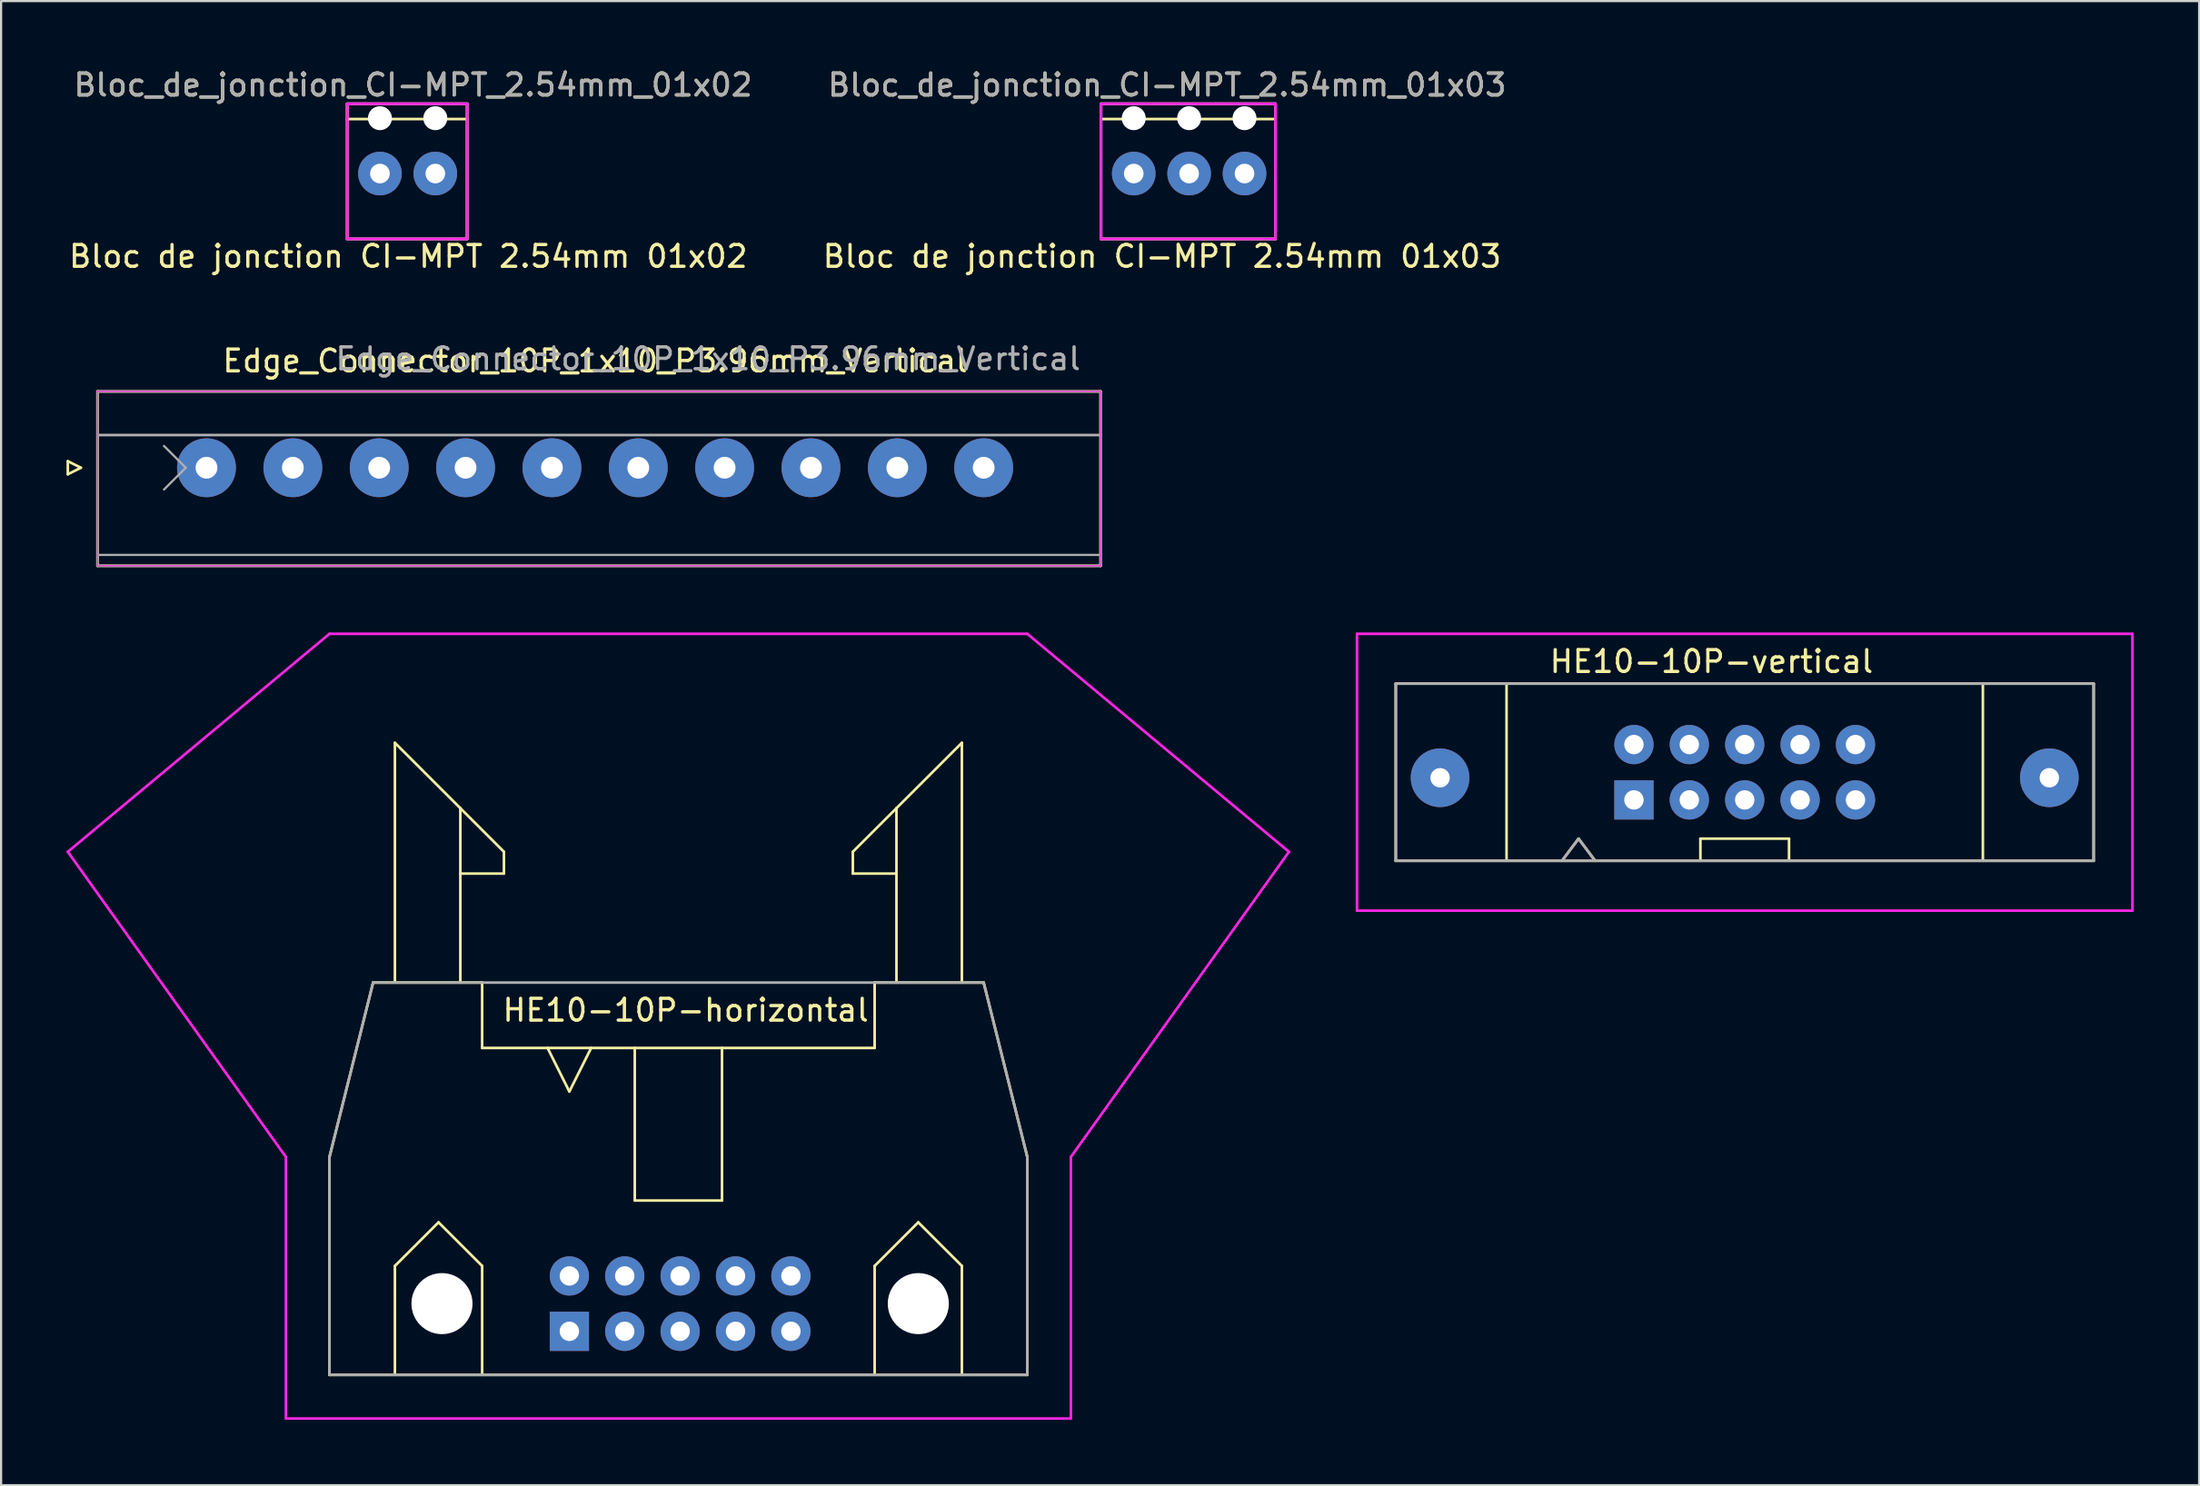
<source format=kicad_pcb>
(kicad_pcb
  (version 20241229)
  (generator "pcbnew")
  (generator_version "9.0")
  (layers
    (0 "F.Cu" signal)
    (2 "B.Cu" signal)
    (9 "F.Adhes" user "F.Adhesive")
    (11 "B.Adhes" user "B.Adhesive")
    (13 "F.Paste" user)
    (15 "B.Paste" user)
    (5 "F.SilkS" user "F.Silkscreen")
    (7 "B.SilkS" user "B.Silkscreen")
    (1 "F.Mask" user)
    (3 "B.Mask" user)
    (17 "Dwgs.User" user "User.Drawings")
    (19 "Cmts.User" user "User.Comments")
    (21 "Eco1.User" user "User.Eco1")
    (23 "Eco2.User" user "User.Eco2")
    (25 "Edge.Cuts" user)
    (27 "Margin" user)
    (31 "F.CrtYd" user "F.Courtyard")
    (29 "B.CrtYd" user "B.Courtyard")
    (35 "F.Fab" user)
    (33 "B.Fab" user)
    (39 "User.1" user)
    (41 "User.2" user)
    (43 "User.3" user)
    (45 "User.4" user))
  (footprint "Bloc_de_jonction_CI-MPT_2.54mm_01x03"
    (layer "F.Cu")
    (at 48.942 4.912)
    (property "Reference" "Bloc_de_jonction_CI-MPT_2.54mm_01x03" (at 1.524 -4.064 0) (layer "F.SilkS") (effects (font (size 1 1) (thickness 0.15))))
    (property "Value" "Bloc de jonction CI-MPT 2.54mm 01x03" (at 1.3 3.8 0) (layer "F.Fab") (hide yes) (effects (font (size 1 1) (thickness 0.15))))
    (attr through_hole)
    (fp_line (start -1.5 -3.2) (end -1.5 3) (stroke (width 0.12) (type solid)) (layer "F.SilkS"))
    (fp_line (start -1.5 -3.2) (end 6.5 -3.2) (stroke (width 0.12) (type solid)) (layer "F.SilkS"))
    (fp_line (start -1.5 -2.5) (end 6.5 -2.5) (stroke (width 0.12) (type solid)) (layer "F.SilkS"))
    (fp_line (start -1.5 3) (end 6.5 3) (stroke (width 0.12) (type solid)) (layer "F.SilkS"))
    (fp_line (start 6.5 3) (end 6.5 -3.2) (stroke (width 0.12) (type solid)) (layer "F.SilkS"))
    (fp_line (start -1.5 -3.2) (end 6.5 -3.2) (stroke (width 0.12) (type solid)) (layer "F.CrtYd"))
    (fp_line (start -1.5 3) (end -1.5 -3.2) (stroke (width 0.12) (type solid)) (layer "F.CrtYd"))
    (fp_line (start 6.5 -3.2) (end 6.5 3) (stroke (width 0.12) (type solid)) (layer "F.CrtYd"))
    (fp_line (start 6.5 3) (end -1.5 3) (stroke (width 0.12) (type solid)) (layer "F.CrtYd"))
    (fp_line (start -1.5 -3.2) (end 6.5 -3.2) (stroke (width 0.12) (type solid)) (layer "F.Fab"))
    (fp_line (start -1.5 3) (end -1.5 -3.2) (stroke (width 0.12) (type solid)) (layer "F.Fab"))
    (fp_line (start 6.5 -3.2) (end 6.5 3) (stroke (width 0.12) (type solid)) (layer "F.Fab"))
    (fp_line (start 6.5 3) (end -1.5 3) (stroke (width 0.12) (type solid)) (layer "F.Fab"))
    (fp_text user "${VALUE}" (at 1.3 3.8 0) (layer "F.SilkS") (effects (font (size 1 1) (thickness 0.15))))
    (fp_text user "${REFERENCE}" (at 1.524 -4.064 0) (layer "F.Fab") (effects (font (size 1 1) (thickness 0.15))))
    (pad "" np_thru_hole circle (at 0 -2.54) (size 1.1 1.1) (drill 1.1) (layers "*.Cu" "*.Mask"))
    (pad "" np_thru_hole circle (at 2.54 -2.54) (size 1.1 1.1) (drill 1.1) (layers "*.Cu" "*.Mask"))
    (pad "" np_thru_hole circle (at 5.08 -2.54) (size 1.1 1.1) (drill 1.1) (layers "*.Cu" "*.Mask"))
    (pad "1" thru_hole circle (at 0 0) (size 2 2) (drill 0.9) (layers "*.Cu" "*.Mask"))
    (pad "2" thru_hole circle (at 2.54 0) (size 2 2) (drill 0.9) (layers "*.Cu" "*.Mask"))
    (pad "3" thru_hole circle (at 5.08 0) (size 2 2) (drill 0.9) (layers "*.Cu" "*.Mask")))
  (footprint "Bloc_de_jonction_CI-MPT_2.54mm_01x02"
    (layer "F.Cu")
    (at 14.373 4.912)
    (property "Reference" "Bloc_de_jonction_CI-MPT_2.54mm_01x02" (at 1.524 -4.064 0) (layer "F.SilkS") (effects (font (size 1 1) (thickness 0.15))))
    (property "Value" "Bloc de jonction CI-MPT 2.54mm 01x02" (at 1.3 3.8 0) (layer "F.Fab") (hide yes) (effects (font (size 1 1) (thickness 0.15))))
    (attr through_hole)
    (fp_line (start -1.5 -3.2) (end -1.5 3) (stroke (width 0.12) (type solid)) (layer "F.SilkS"))
    (fp_line (start -1.5 -3.2) (end 4 -3.2) (stroke (width 0.12) (type solid)) (layer "F.SilkS"))
    (fp_line (start -1.5 -2.5) (end 4 -2.5) (stroke (width 0.12) (type solid)) (layer "F.SilkS"))
    (fp_line (start -1.5 3) (end 4 3) (stroke (width 0.12) (type solid)) (layer "F.SilkS"))
    (fp_line (start 4 3) (end 4 -3.2) (stroke (width 0.12) (type solid)) (layer "F.SilkS"))
    (fp_line (start -1.5 -3.2) (end 4 -3.2) (stroke (width 0.12) (type solid)) (layer "F.CrtYd"))
    (fp_line (start -1.5 3) (end -1.5 -3.2) (stroke (width 0.12) (type solid)) (layer "F.CrtYd"))
    (fp_line (start 4 -3.2) (end 4 3) (stroke (width 0.12) (type solid)) (layer "F.CrtYd"))
    (fp_line (start 4 3) (end -1.5 3) (stroke (width 0.12) (type solid)) (layer "F.CrtYd"))
    (fp_line (start -1.5 -3.2) (end 4 -3.2) (stroke (width 0.12) (type solid)) (layer "F.Fab"))
    (fp_line (start -1.5 3) (end -1.5 -3.2) (stroke (width 0.12) (type solid)) (layer "F.Fab"))
    (fp_line (start 4 -3.2) (end 4 3) (stroke (width 0.12) (type solid)) (layer "F.Fab"))
    (fp_line (start 4 3) (end -1.5 3) (stroke (width 0.12) (type solid)) (layer "F.Fab"))
    (fp_text user "${VALUE}" (at 1.3 3.8 0) (layer "F.SilkS") (effects (font (size 1 1) (thickness 0.15))))
    (fp_text user "${REFERENCE}" (at 1.524 -4.064 0) (layer "F.Fab") (effects (font (size 1 1) (thickness 0.15))))
    (pad "" np_thru_hole circle (at 0 -2.54) (size 1.1 1.1) (drill 1.1) (layers "*.Cu" "*.Mask"))
    (pad "" np_thru_hole circle (at 2.54 -2.54) (size 1.1 1.1) (drill 1.1) (layers "*.Cu" "*.Mask"))
    (pad "1" thru_hole circle (at 0 0) (size 2 2) (drill 0.9) (layers "*.Cu" "*.Mask"))
    (pad "2" thru_hole circle (at 2.54 0) (size 2 2) (drill 0.9) (layers "*.Cu" "*.Mask")))
  (footprint "HE10-10P-vertical"
    (layer "F.Cu")
    (at 71.88 33.649)
    (property "Reference" "HE10-10P-vertical" (at 3.556 -6.35 0) (layer "F.SilkS") (effects (font (size 1 1) (thickness 0.15))))
    (attr through_hole)
    (fp_line (start -10.922 -5.334) (end 21.082 -5.334) (stroke (width 0.12) (type solid)) (layer "F.SilkS"))
    (fp_line (start -10.922 2.794) (end -10.922 -5.334) (stroke (width 0.12) (type solid)) (layer "F.SilkS"))
    (fp_line (start -5.842 2.794) (end -5.842 -5.334) (stroke (width 0.12) (type solid)) (layer "F.SilkS"))
    (fp_line (start -3.302 2.794) (end -2.54 1.778) (stroke (width 0.12) (type solid)) (layer "F.SilkS"))
    (fp_line (start -2.54 1.778) (end -1.778 2.794) (stroke (width 0.12) (type solid)) (layer "F.SilkS"))
    (fp_line (start 3.048 1.778) (end 3.048 2.794) (stroke (width 0.12) (type solid)) (layer "F.SilkS"))
    (fp_line (start 3.048 1.778) (end 7.112 1.778) (stroke (width 0.12) (type solid)) (layer "F.SilkS"))
    (fp_line (start 7.112 1.778) (end 7.112 2.794) (stroke (width 0.12) (type solid)) (layer "F.SilkS"))
    (fp_line (start 16.002 -5.334) (end 16.002 2.794) (stroke (width 0.12) (type solid)) (layer "F.SilkS"))
    (fp_line (start 21.082 -5.334) (end 21.082 2.794) (stroke (width 0.12) (type solid)) (layer "F.SilkS"))
    (fp_line (start 21.082 2.794) (end -10.922 2.794) (stroke (width 0.12) (type solid)) (layer "F.SilkS"))
    (fp_line (start -12.7 -7.62) (end -12.7 5.08) (stroke (width 0.12) (type solid)) (layer "F.CrtYd"))
    (fp_line (start -12.7 5.08) (end 22.86 5.08) (stroke (width 0.12) (type solid)) (layer "F.CrtYd"))
    (fp_line (start 22.86 -7.62) (end -12.7 -7.62) (stroke (width 0.12) (type solid)) (layer "F.CrtYd"))
    (fp_line (start 22.86 5.08) (end 22.86 -7.62) (stroke (width 0.12) (type solid)) (layer "F.CrtYd"))
    (fp_line (start -10.922 -5.334) (end 21.082 -5.334) (stroke (width 0.12) (type solid)) (layer "F.Fab"))
    (fp_line (start -10.922 2.794) (end -10.922 -5.334) (stroke (width 0.12) (type solid)) (layer "F.Fab"))
    (fp_line (start -10.922 2.794) (end 21.082 2.794) (stroke (width 0.12) (type solid)) (layer "F.Fab"))
    (fp_line (start -3.302 2.794) (end -2.54 1.778) (stroke (width 0.12) (type solid)) (layer "F.Fab"))
    (fp_line (start -2.54 1.778) (end -1.778 2.794) (stroke (width 0.12) (type solid)) (layer "F.Fab"))
    (fp_line (start 21.082 2.794) (end 21.082 -5.334) (stroke (width 0.12) (type solid)) (layer "F.Fab"))
    (pad "" np_thru_hole circle (at -8.89 -1.016) (size 2.69 2.69) (drill 0.89) (layers "*.Cu" "*.Mask"))
    (pad "" np_thru_hole circle (at 19.05 -1.016) (size 2.69 2.69) (drill 0.89) (layers "*.Cu" "*.Mask"))
    (pad "1" thru_hole rect (at 0 0) (size 1.8 1.8) (drill 0.89) (layers "*.Cu" "*.Mask"))
    (pad "2" thru_hole circle (at 0 -2.54) (size 1.8 1.8) (drill 0.89) (layers "*.Cu" "*.Mask"))
    (pad "3" thru_hole circle (at 2.54 0) (size 1.8 1.8) (drill 0.89) (layers "*.Cu" "*.Mask"))
    (pad "4" thru_hole circle (at 2.54 -2.54) (size 1.8 1.8) (drill 0.89) (layers "*.Cu" "*.Mask"))
    (pad "5" thru_hole circle (at 5.08 0) (size 1.8 1.8) (drill 0.89) (layers "*.Cu" "*.Mask"))
    (pad "6" thru_hole circle (at 5.08 -2.54) (size 1.8 1.8) (drill 0.89) (layers "*.Cu" "*.Mask"))
    (pad "7" thru_hole circle (at 7.62 0) (size 1.8 1.8) (drill 0.89) (layers "*.Cu" "*.Mask"))
    (pad "8" thru_hole circle (at 7.62 -2.54) (size 1.8 1.8) (drill 0.89) (layers "*.Cu" "*.Mask"))
    (pad "9" thru_hole circle (at 10.16 0) (size 1.8 1.8) (drill 0.89) (layers "*.Cu" "*.Mask"))
    (pad "10" thru_hole circle (at 10.16 -2.54) (size 1.8 1.8) (drill 0.89) (layers "*.Cu" "*.Mask")))
  (footprint "HE10-10P-horizontal"
    (layer "F.Cu")
    (at 23.06 58.029)
    (property "Reference" "HE10-10P-horizontal" (at 5.334 -14.732 0) (layer "F.SilkS") (effects (font (size 1 1) (thickness 0.15))))
    (attr through_hole)
    (fp_line (start -11 -8) (end -11 2) (stroke (width 0.12) (type solid)) (layer "F.SilkS"))
    (fp_line (start -11 2) (end 21 2) (stroke (width 0.12) (type solid)) (layer "F.SilkS"))
    (fp_line (start -9 -16) (end -11 -8) (stroke (width 0.12) (type solid)) (layer "F.SilkS"))
    (fp_line (start -8 -27) (end -5 -24) (stroke (width 0.12) (type solid)) (layer "F.SilkS"))
    (fp_line (start -8 -16) (end -8 -27) (stroke (width 0.12) (type solid)) (layer "F.SilkS"))
    (fp_line (start -8 -3) (end -6 -5) (stroke (width 0.12) (type solid)) (layer "F.SilkS"))
    (fp_line (start -8 2) (end -8 -3) (stroke (width 0.12) (type solid)) (layer "F.SilkS"))
    (fp_line (start -6 -5) (end -4 -3) (stroke (width 0.12) (type solid)) (layer "F.SilkS"))
    (fp_line (start -5 -24) (end -5 -16) (stroke (width 0.12) (type solid)) (layer "F.SilkS"))
    (fp_line (start -5 -24) (end -3 -22) (stroke (width 0.12) (type solid)) (layer "F.SilkS"))
    (fp_line (start -4 -16) (end -9 -16) (stroke (width 0.12) (type solid)) (layer "F.SilkS"))
    (fp_line (start -4 -13) (end -4 -16) (stroke (width 0.12) (type solid)) (layer "F.SilkS"))
    (fp_line (start -4 -3) (end -4 2) (stroke (width 0.12) (type solid)) (layer "F.SilkS"))
    (fp_line (start -3 -22) (end -3 -21) (stroke (width 0.12) (type solid)) (layer "F.SilkS"))
    (fp_line (start -3 -21) (end -5 -21) (stroke (width 0.12) (type solid)) (layer "F.SilkS"))
    (fp_line (start -1 -13) (end 0 -11) (stroke (width 0.12) (type solid)) (layer "F.SilkS"))
    (fp_line (start 0 -11) (end 1 -13) (stroke (width 0.12) (type solid)) (layer "F.SilkS"))
    (fp_line (start 3 -6) (end 3 -13) (stroke (width 0.12) (type solid)) (layer "F.SilkS"))
    (fp_line (start 7 -13) (end 7 -6) (stroke (width 0.12) (type solid)) (layer "F.SilkS"))
    (fp_line (start 7 -6) (end 3 -6) (stroke (width 0.12) (type solid)) (layer "F.SilkS"))
    (fp_line (start 13 -22) (end 13 -21) (stroke (width 0.12) (type solid)) (layer "F.SilkS"))
    (fp_line (start 13 -21) (end 15 -21) (stroke (width 0.12) (type solid)) (layer "F.SilkS"))
    (fp_line (start 14 -16) (end 14 -13) (stroke (width 0.12) (type solid)) (layer "F.SilkS"))
    (fp_line (start 14 -13) (end -4 -13) (stroke (width 0.12) (type solid)) (layer "F.SilkS"))
    (fp_line (start 14 -3) (end 16 -5) (stroke (width 0.12) (type solid)) (layer "F.SilkS"))
    (fp_line (start 14 2) (end 14 -3) (stroke (width 0.12) (type solid)) (layer "F.SilkS"))
    (fp_line (start 15 -24) (end 13 -22) (stroke (width 0.12) (type solid)) (layer "F.SilkS"))
    (fp_line (start 15 -24) (end 15 -16) (stroke (width 0.12) (type solid)) (layer "F.SilkS"))
    (fp_line (start 16 -5) (end 18 -3) (stroke (width 0.12) (type solid)) (layer "F.SilkS"))
    (fp_line (start 18 -27) (end 15 -24) (stroke (width 0.12) (type solid)) (layer "F.SilkS"))
    (fp_line (start 18 -16) (end 18 -27) (stroke (width 0.12) (type solid)) (layer "F.SilkS"))
    (fp_line (start 18 -3) (end 18 2) (stroke (width 0.12) (type solid)) (layer "F.SilkS"))
    (fp_line (start 19 -16) (end 14 -16) (stroke (width 0.12) (type solid)) (layer "F.SilkS"))
    (fp_line (start 21 -8) (end 19 -16) (stroke (width 0.12) (type solid)) (layer "F.SilkS"))
    (fp_line (start 21 2) (end 21 -8) (stroke (width 0.12) (type solid)) (layer "F.SilkS"))
    (fp_line (start -23 -22) (end -13 -8) (stroke (width 0.12) (type solid)) (layer "F.CrtYd"))
    (fp_line (start -13 -8) (end -13 4) (stroke (width 0.12) (type solid)) (layer "F.CrtYd"))
    (fp_line (start -13 4) (end 23 4) (stroke (width 0.12) (type solid)) (layer "F.CrtYd"))
    (fp_line (start -11 -32) (end -23 -22) (stroke (width 0.12) (type solid)) (layer "F.CrtYd"))
    (fp_line (start 21 -32) (end -11 -32) (stroke (width 0.12) (type solid)) (layer "F.CrtYd"))
    (fp_line (start 23 4) (end 23 -8) (stroke (width 0.12) (type solid)) (layer "F.CrtYd"))
    (fp_line (start 33 -22) (end 21 -32) (stroke (width 0.12) (type solid)) (layer "F.CrtYd"))
    (fp_line (start 33 -22) (end 23 -8) (stroke (width 0.12) (type solid)) (layer "F.CrtYd"))
    (fp_line (start -11 -8) (end -9 -16) (stroke (width 0.12) (type solid)) (layer "F.Fab"))
    (fp_line (start -11 2) (end -11 -8) (stroke (width 0.12) (type solid)) (layer "F.Fab"))
    (fp_line (start -9 -16) (end 19 -16) (stroke (width 0.12) (type solid)) (layer "F.Fab"))
    (fp_line (start 19 -16) (end 21 -8) (stroke (width 0.12) (type solid)) (layer "F.Fab"))
    (fp_line (start 21 -8) (end 21 2) (stroke (width 0.12) (type solid)) (layer "F.Fab"))
    (fp_line (start 21 2) (end -11 2) (stroke (width 0.12) (type solid)) (layer "F.Fab"))
    (pad "" np_thru_hole circle (at -5.842 -1.27) (size 2.8 2.8) (drill 2.8) (layers "*.Cu" "*.Mask"))
    (pad "" np_thru_hole circle (at 16.002 -1.27) (size 2.8 2.8) (drill 2.8) (layers "*.Cu" "*.Mask"))
    (pad "1" thru_hole rect (at 0 0) (size 1.8 1.8) (drill 0.89) (layers "*.Cu" "*.Mask"))
    (pad "2" thru_hole circle (at 0 -2.54) (size 1.8 1.8) (drill 0.89) (layers "*.Cu" "*.Mask"))
    (pad "3" thru_hole circle (at 2.54 0) (size 1.8 1.8) (drill 0.89) (layers "*.Cu" "*.Mask"))
    (pad "4" thru_hole circle (at 2.54 -2.54) (size 1.8 1.8) (drill 0.89) (layers "*.Cu" "*.Mask"))
    (pad "5" thru_hole circle (at 5.08 0) (size 1.8 1.8) (drill 0.89) (layers "*.Cu" "*.Mask"))
    (pad "6" thru_hole circle (at 5.08 -2.54) (size 1.8 1.8) (drill 0.89) (layers "*.Cu" "*.Mask"))
    (pad "7" thru_hole circle (at 7.62 0) (size 1.8 1.8) (drill 0.89) (layers "*.Cu" "*.Mask"))
    (pad "8" thru_hole circle (at 7.62 -2.54) (size 1.8 1.8) (drill 0.89) (layers "*.Cu" "*.Mask"))
    (pad "9" thru_hole circle (at 10.16 0) (size 1.8 1.8) (drill 0.89) (layers "*.Cu" "*.Mask"))
    (pad "10" thru_hole circle (at 10.16 -2.54) (size 1.8 1.8) (drill 0.89) (layers "*.Cu" "*.Mask")))
  (footprint "Edge_Connector_10P_1x10_P3.96mm_Vertical"
    (layer "F.Cu")
    (at 6.42 18.409)
    (property "Reference" "Edge_Connector_10P_1x10_P3.96mm_Vertical" (at 17.82 -4.9 0) (layer "F.SilkS") (effects (font (size 1 1) (thickness 0.15))))
    (attr through_hole)
    (fp_line (start -6.36 -0.3) (end -5.76 0) (stroke (width 0.12) (type solid)) (layer "F.SilkS"))
    (fp_line (start -6.36 0.3) (end -6.36 -0.3) (stroke (width 0.12) (type solid)) (layer "F.SilkS"))
    (fp_line (start -5.76 0) (end -6.36 0.3) (stroke (width 0.12) (type solid)) (layer "F.SilkS"))
    (fp_line (start -5 -3.5) (end 41 -3.5) (stroke (width 0.12) (type solid)) (layer "F.SilkS"))
    (fp_line (start -5 4.5) (end -5 -3.5) (stroke (width 0.12) (type solid)) (layer "F.SilkS"))
    (fp_line (start 41 -3.5) (end 41 4.5) (stroke (width 0.12) (type solid)) (layer "F.SilkS"))
    (fp_line (start 41 4.5) (end -5 4.5) (stroke (width 0.12) (type solid)) (layer "F.SilkS"))
    (fp_line (start -5 -3.5) (end -5 4.5) (stroke (width 0.05) (type solid)) (layer "F.CrtYd"))
    (fp_line (start -5 4.5) (end 41 4.5) (stroke (width 0.05) (type solid)) (layer "F.CrtYd"))
    (fp_line (start 41 -3.5) (end -5 -3.5) (stroke (width 0.05) (type solid)) (layer "F.CrtYd"))
    (fp_line (start 41 4.5) (end 41 -3.5) (stroke (width 0.05) (type solid)) (layer "F.CrtYd"))
    (fp_line (start -5 -3.5) (end -5 4.5) (stroke (width 0.1) (type solid)) (layer "F.Fab"))
    (fp_line (start -5 -1.5) (end 41 -1.5) (stroke (width 0.12) (type solid)) (layer "F.Fab"))
    (fp_line (start -5 4) (end 41 4) (stroke (width 0.1) (type solid)) (layer "F.Fab"))
    (fp_line (start -5 4.5) (end 41 4.5) (stroke (width 0.1) (type solid)) (layer "F.Fab"))
    (fp_line (start -1.95 -1) (end -0.95 0) (stroke (width 0.1) (type solid)) (layer "F.Fab"))
    (fp_line (start -1.95 1) (end -0.95 0) (stroke (width 0.1) (type solid)) (layer "F.Fab"))
    (fp_line (start 41 -3.5) (end -5 -3.5) (stroke (width 0.1) (type solid)) (layer "F.Fab"))
    (fp_line (start 41 4.5) (end 41 -3.5) (stroke (width 0.1) (type solid)) (layer "F.Fab"))
    (fp_text user "${REFERENCE}" (at 23 -5 0) (layer "F.Fab") (effects (font (size 1 1) (thickness 0.15))))
    (pad "1" thru_hole circle (at 0 0) (size 2.7 2.7) (drill 1) (layers "*.Cu" "*.Mask"))
    (pad "2" thru_hole circle (at 3.96 0) (size 2.7 2.7) (drill 1) (layers "*.Cu" "*.Mask"))
    (pad "3" thru_hole circle (at 7.92 0) (size 2.7 2.7) (drill 1) (layers "*.Cu" "*.Mask"))
    (pad "4" thru_hole circle (at 11.88 0) (size 2.7 2.7) (drill 1) (layers "*.Cu" "*.Mask"))
    (pad "5" thru_hole circle (at 15.84 0) (size 2.7 2.7) (drill 1) (layers "*.Cu" "*.Mask"))
    (pad "6" thru_hole circle (at 19.8 0) (size 2.7 2.7) (drill 1) (layers "*.Cu" "*.Mask"))
    (pad "7" thru_hole circle (at 23.76 0) (size 2.7 2.7) (drill 1) (layers "*.Cu" "*.Mask"))
    (pad "8" thru_hole circle (at 27.72 0) (size 2.7 2.7) (drill 1) (layers "*.Cu" "*.Mask"))
    (pad "9" thru_hole circle (at 31.68 0) (size 2.7 2.7) (drill 1) (layers "*.Cu" "*.Mask"))
    (pad "10" thru_hole circle (at 35.64 0) (size 2.7 2.7) (drill 1) (layers "*.Cu" "*.Mask")))
  (gr_rect
    (start -3 -3)
    (end 97.8 65.089)
    (stroke (width 0.1) (type default))
    (fill no)
    (layer "Edge.Cuts")))
</source>
